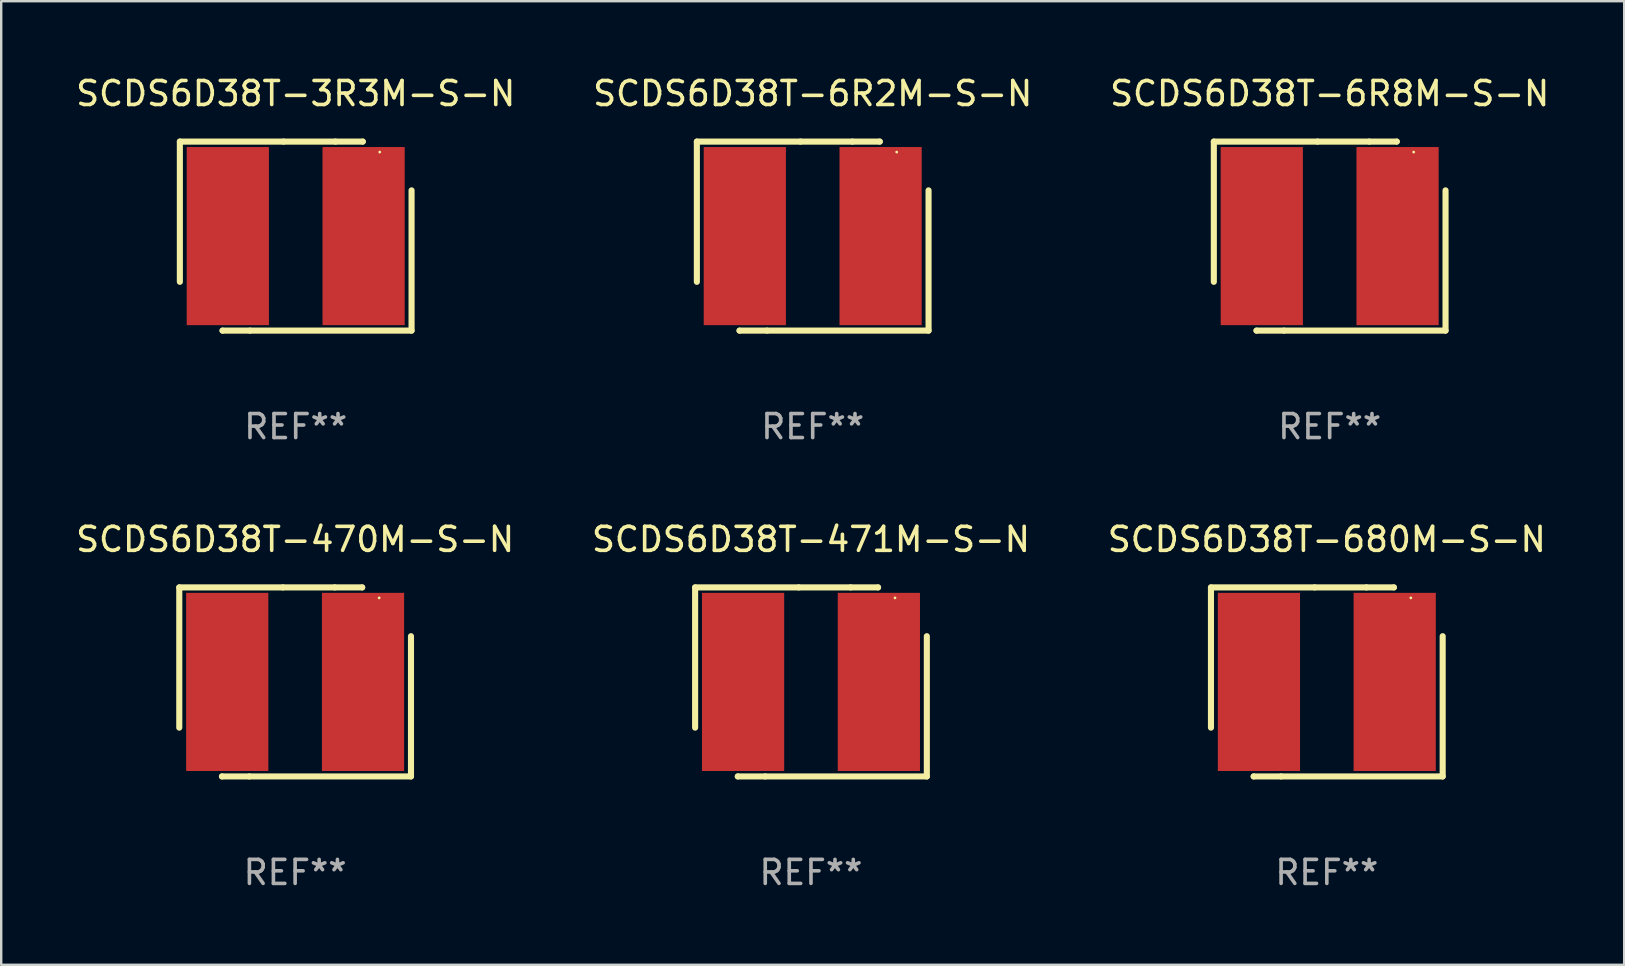
<source format=kicad_pcb>
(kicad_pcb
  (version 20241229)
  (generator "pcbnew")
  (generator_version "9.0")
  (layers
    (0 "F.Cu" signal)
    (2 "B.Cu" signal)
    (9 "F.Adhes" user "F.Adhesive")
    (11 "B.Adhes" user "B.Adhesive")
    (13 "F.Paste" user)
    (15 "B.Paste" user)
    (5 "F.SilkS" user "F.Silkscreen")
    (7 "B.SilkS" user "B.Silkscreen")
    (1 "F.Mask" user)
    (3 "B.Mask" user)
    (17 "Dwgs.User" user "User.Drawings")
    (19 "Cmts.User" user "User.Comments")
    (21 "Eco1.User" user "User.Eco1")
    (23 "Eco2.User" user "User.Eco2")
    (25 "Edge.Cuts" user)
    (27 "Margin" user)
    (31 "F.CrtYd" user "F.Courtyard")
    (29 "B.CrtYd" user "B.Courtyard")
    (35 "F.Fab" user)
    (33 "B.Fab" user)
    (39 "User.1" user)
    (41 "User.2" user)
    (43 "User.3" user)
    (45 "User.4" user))
  (footprint "SCDS6D38T-6R2M-S-N"
    (layer "F.Cu")
    (at 30.804 6.785)
    (property "Reference" "SCDS6D38T-6R2M-S-N" (at 0 -5.937 0) (layer "F.SilkS") (effects (font (size 1 1) (thickness 0.15))))
    (attr through_hole)
    (fp_line (start -4.826 -3.937) (end -0.508 -3.937) (stroke (width 0.254) (type solid)) (layer "F.SilkS"))
    (fp_line (start -4.826 1.905) (end -4.826 -3.937) (stroke (width 0.254) (type solid)) (layer "F.SilkS"))
    (fp_line (start -3.048 3.937) (end -3.048 3.937) (stroke (width 0.254) (type solid)) (layer "F.SilkS"))
    (fp_line (start -1.905 3.937) (end -3.048 3.937) (stroke (width 0.254) (type solid)) (layer "F.SilkS"))
    (fp_line (start -0.508 -3.937) (end 1.651 -3.937) (stroke (width 0.254) (type solid)) (layer "F.SilkS"))
    (fp_line (start 1.651 -3.937) (end 2.794 -3.937) (stroke (width 0.254) (type solid)) (layer "F.SilkS"))
    (fp_line (start 2.794 -3.937) (end 2.794 -3.937) (stroke (width 0.254) (type solid)) (layer "F.SilkS"))
    (fp_line (start 4.826 -1.905) (end 4.826 3.937) (stroke (width 0.254) (type solid)) (layer "F.SilkS"))
    (fp_line (start 4.826 3.937) (end -1.905 3.937) (stroke (width 0.254) (type solid)) (layer "F.SilkS"))
    (fp_circle (center 3.5 -3.5) (end 3.53 -3.5) (stroke (width 0.06) (type solid)) (fill no) (layer "F.SilkS"))
    (fp_text user "REF**" (at 0 7.937 0) (layer "F.Fab") (effects (font (size 1 1) (thickness 0.15))))
    (pad "1" smd rect (at 2.828 0) (size 3.424 7.42) (layers "F.Cu" "F.Mask" "F.Paste"))
    (pad "2" smd rect (at -2.828 0) (size 3.424 7.42) (layers "F.Cu" "F.Mask" "F.Paste")))
  (footprint "SCDS6D38T-6R8M-S-N"
    (layer "F.Cu")
    (at 52.339 6.785)
    (property "Reference" "SCDS6D38T-6R8M-S-N" (at 0 -5.937 0) (layer "F.SilkS") (effects (font (size 1 1) (thickness 0.15))))
    (attr through_hole)
    (fp_line (start -4.826 -3.937) (end -0.508 -3.937) (stroke (width 0.254) (type solid)) (layer "F.SilkS"))
    (fp_line (start -4.826 1.905) (end -4.826 -3.937) (stroke (width 0.254) (type solid)) (layer "F.SilkS"))
    (fp_line (start -3.048 3.937) (end -3.048 3.937) (stroke (width 0.254) (type solid)) (layer "F.SilkS"))
    (fp_line (start -1.905 3.937) (end -3.048 3.937) (stroke (width 0.254) (type solid)) (layer "F.SilkS"))
    (fp_line (start -0.508 -3.937) (end 1.651 -3.937) (stroke (width 0.254) (type solid)) (layer "F.SilkS"))
    (fp_line (start 1.651 -3.937) (end 2.794 -3.937) (stroke (width 0.254) (type solid)) (layer "F.SilkS"))
    (fp_line (start 2.794 -3.937) (end 2.794 -3.937) (stroke (width 0.254) (type solid)) (layer "F.SilkS"))
    (fp_line (start 4.826 -1.905) (end 4.826 3.937) (stroke (width 0.254) (type solid)) (layer "F.SilkS"))
    (fp_line (start 4.826 3.937) (end -1.905 3.937) (stroke (width 0.254) (type solid)) (layer "F.SilkS"))
    (fp_circle (center 3.5 -3.5) (end 3.53 -3.5) (stroke (width 0.06) (type solid)) (fill no) (layer "F.SilkS"))
    (fp_text user "REF**" (at 0 7.937 0) (layer "F.Fab") (effects (font (size 1 1) (thickness 0.15))))
    (pad "1" smd rect (at 2.828 0) (size 3.424 7.42) (layers "F.Cu" "F.Mask" "F.Paste"))
    (pad "2" smd rect (at -2.828 0) (size 3.424 7.42) (layers "F.Cu" "F.Mask" "F.Paste")))
  (footprint "SCDS6D38T-3R3M-S-N"
    (layer "F.Cu")
    (at 9.268 6.785)
    (property "Reference" "SCDS6D38T-3R3M-S-N" (at 0 -5.937 0) (layer "F.SilkS") (effects (font (size 1 1) (thickness 0.15))))
    (attr through_hole)
    (fp_line (start -4.826 -3.937) (end -0.508 -3.937) (stroke (width 0.254) (type solid)) (layer "F.SilkS"))
    (fp_line (start -4.826 1.905) (end -4.826 -3.937) (stroke (width 0.254) (type solid)) (layer "F.SilkS"))
    (fp_line (start -3.048 3.937) (end -3.048 3.937) (stroke (width 0.254) (type solid)) (layer "F.SilkS"))
    (fp_line (start -1.905 3.937) (end -3.048 3.937) (stroke (width 0.254) (type solid)) (layer "F.SilkS"))
    (fp_line (start -0.508 -3.937) (end 1.651 -3.937) (stroke (width 0.254) (type solid)) (layer "F.SilkS"))
    (fp_line (start 1.651 -3.937) (end 2.794 -3.937) (stroke (width 0.254) (type solid)) (layer "F.SilkS"))
    (fp_line (start 2.794 -3.937) (end 2.794 -3.937) (stroke (width 0.254) (type solid)) (layer "F.SilkS"))
    (fp_line (start 4.826 -1.905) (end 4.826 3.937) (stroke (width 0.254) (type solid)) (layer "F.SilkS"))
    (fp_line (start 4.826 3.937) (end -1.905 3.937) (stroke (width 0.254) (type solid)) (layer "F.SilkS"))
    (fp_circle (center 3.5 -3.5) (end 3.53 -3.5) (stroke (width 0.06) (type solid)) (fill no) (layer "F.SilkS"))
    (fp_text user "REF**" (at 0 7.937 0) (layer "F.Fab") (effects (font (size 1 1) (thickness 0.15))))
    (pad "1" smd rect (at 2.828 0) (size 3.424 7.42) (layers "F.Cu" "F.Mask" "F.Paste"))
    (pad "2" smd rect (at -2.828 0) (size 3.424 7.42) (layers "F.Cu" "F.Mask" "F.Paste")))
  (footprint "SCDS6D38T-680M-S-N"
    (layer "F.Cu")
    (at 52.22 25.356)
    (property "Reference" "SCDS6D38T-680M-S-N" (at 0 -5.937 0) (layer "F.SilkS") (effects (font (size 1 1) (thickness 0.15))))
    (attr through_hole)
    (fp_line (start -4.826 -3.937) (end -0.508 -3.937) (stroke (width 0.254) (type solid)) (layer "F.SilkS"))
    (fp_line (start -4.826 1.905) (end -4.826 -3.937) (stroke (width 0.254) (type solid)) (layer "F.SilkS"))
    (fp_line (start -3.048 3.937) (end -3.048 3.937) (stroke (width 0.254) (type solid)) (layer "F.SilkS"))
    (fp_line (start -1.905 3.937) (end -3.048 3.937) (stroke (width 0.254) (type solid)) (layer "F.SilkS"))
    (fp_line (start -0.508 -3.937) (end 1.651 -3.937) (stroke (width 0.254) (type solid)) (layer "F.SilkS"))
    (fp_line (start 1.651 -3.937) (end 2.794 -3.937) (stroke (width 0.254) (type solid)) (layer "F.SilkS"))
    (fp_line (start 2.794 -3.937) (end 2.794 -3.937) (stroke (width 0.254) (type solid)) (layer "F.SilkS"))
    (fp_line (start 4.826 -1.905) (end 4.826 3.937) (stroke (width 0.254) (type solid)) (layer "F.SilkS"))
    (fp_line (start 4.826 3.937) (end -1.905 3.937) (stroke (width 0.254) (type solid)) (layer "F.SilkS"))
    (fp_circle (center 3.5 -3.5) (end 3.53 -3.5) (stroke (width 0.06) (type solid)) (fill no) (layer "F.SilkS"))
    (fp_text user "REF**" (at 0 7.937 0) (layer "F.Fab") (effects (font (size 1 1) (thickness 0.15))))
    (pad "1" smd rect (at 2.828 0) (size 3.424 7.42) (layers "F.Cu" "F.Mask" "F.Paste"))
    (pad "2" smd rect (at -2.828 0) (size 3.424 7.42) (layers "F.Cu" "F.Mask" "F.Paste")))
  (footprint "SCDS6D38T-470M-S-N"
    (layer "F.Cu")
    (at 9.244 25.356)
    (property "Reference" "SCDS6D38T-470M-S-N" (at 0 -5.937 0) (layer "F.SilkS") (effects (font (size 1 1) (thickness 0.15))))
    (attr through_hole)
    (fp_line (start -4.826 -3.937) (end -0.508 -3.937) (stroke (width 0.254) (type solid)) (layer "F.SilkS"))
    (fp_line (start -4.826 1.905) (end -4.826 -3.937) (stroke (width 0.254) (type solid)) (layer "F.SilkS"))
    (fp_line (start -3.048 3.937) (end -3.048 3.937) (stroke (width 0.254) (type solid)) (layer "F.SilkS"))
    (fp_line (start -1.905 3.937) (end -3.048 3.937) (stroke (width 0.254) (type solid)) (layer "F.SilkS"))
    (fp_line (start -0.508 -3.937) (end 1.651 -3.937) (stroke (width 0.254) (type solid)) (layer "F.SilkS"))
    (fp_line (start 1.651 -3.937) (end 2.794 -3.937) (stroke (width 0.254) (type solid)) (layer "F.SilkS"))
    (fp_line (start 2.794 -3.937) (end 2.794 -3.937) (stroke (width 0.254) (type solid)) (layer "F.SilkS"))
    (fp_line (start 4.826 -1.905) (end 4.826 3.937) (stroke (width 0.254) (type solid)) (layer "F.SilkS"))
    (fp_line (start 4.826 3.937) (end -1.905 3.937) (stroke (width 0.254) (type solid)) (layer "F.SilkS"))
    (fp_circle (center 3.5 -3.5) (end 3.53 -3.5) (stroke (width 0.06) (type solid)) (fill no) (layer "F.SilkS"))
    (fp_text user "REF**" (at 0 7.937 0) (layer "F.Fab") (effects (font (size 1 1) (thickness 0.15))))
    (pad "1" smd rect (at 2.828 0) (size 3.424 7.42) (layers "F.Cu" "F.Mask" "F.Paste"))
    (pad "2" smd rect (at -2.828 0) (size 3.424 7.42) (layers "F.Cu" "F.Mask" "F.Paste")))
  (footprint "SCDS6D38T-471M-S-N"
    (layer "F.Cu")
    (at 30.732 25.356)
    (property "Reference" "SCDS6D38T-471M-S-N" (at 0 -5.937 0) (layer "F.SilkS") (effects (font (size 1 1) (thickness 0.15))))
    (attr through_hole)
    (fp_line (start -4.826 -3.937) (end -0.508 -3.937) (stroke (width 0.254) (type solid)) (layer "F.SilkS"))
    (fp_line (start -4.826 1.905) (end -4.826 -3.937) (stroke (width 0.254) (type solid)) (layer "F.SilkS"))
    (fp_line (start -3.048 3.937) (end -3.048 3.937) (stroke (width 0.254) (type solid)) (layer "F.SilkS"))
    (fp_line (start -1.905 3.937) (end -3.048 3.937) (stroke (width 0.254) (type solid)) (layer "F.SilkS"))
    (fp_line (start -0.508 -3.937) (end 1.651 -3.937) (stroke (width 0.254) (type solid)) (layer "F.SilkS"))
    (fp_line (start 1.651 -3.937) (end 2.794 -3.937) (stroke (width 0.254) (type solid)) (layer "F.SilkS"))
    (fp_line (start 2.794 -3.937) (end 2.794 -3.937) (stroke (width 0.254) (type solid)) (layer "F.SilkS"))
    (fp_line (start 4.826 -1.905) (end 4.826 3.937) (stroke (width 0.254) (type solid)) (layer "F.SilkS"))
    (fp_line (start 4.826 3.937) (end -1.905 3.937) (stroke (width 0.254) (type solid)) (layer "F.SilkS"))
    (fp_circle (center 3.5 -3.5) (end 3.53 -3.5) (stroke (width 0.06) (type solid)) (fill no) (layer "F.SilkS"))
    (fp_text user "REF**" (at 0 7.937 0) (layer "F.Fab") (effects (font (size 1 1) (thickness 0.15))))
    (pad "1" smd rect (at 2.828 0) (size 3.424 7.42) (layers "F.Cu" "F.Mask" "F.Paste"))
    (pad "2" smd rect (at -2.828 0) (size 3.424 7.42) (layers "F.Cu" "F.Mask" "F.Paste")))
  (gr_rect
    (start -3 -3)
    (end 64.607 37.141)
    (stroke (width 0.1) (type default))
    (fill no)
    (layer "Edge.Cuts")))
</source>
